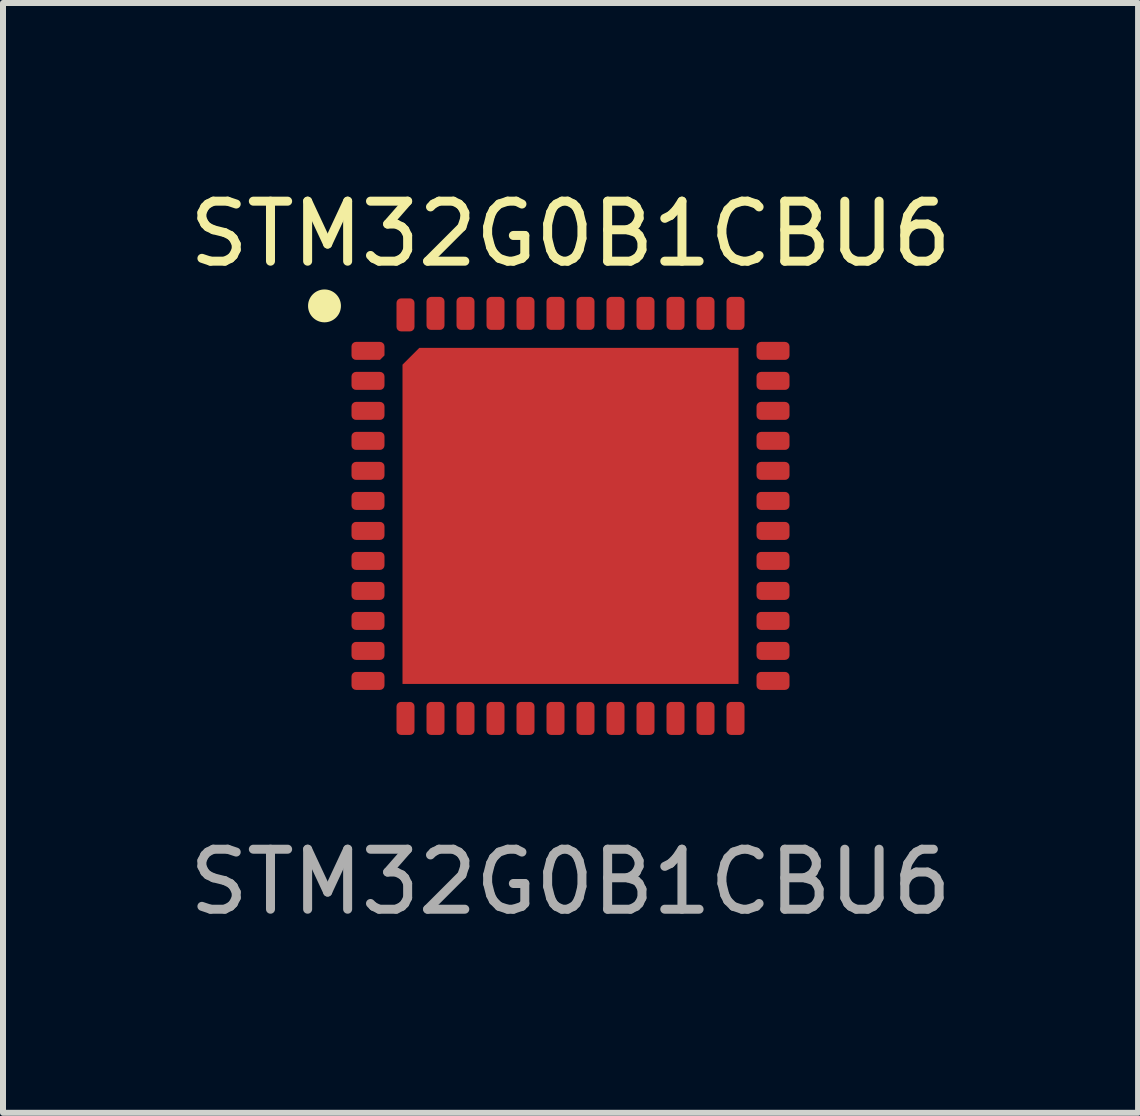
<source format=kicad_pcb>
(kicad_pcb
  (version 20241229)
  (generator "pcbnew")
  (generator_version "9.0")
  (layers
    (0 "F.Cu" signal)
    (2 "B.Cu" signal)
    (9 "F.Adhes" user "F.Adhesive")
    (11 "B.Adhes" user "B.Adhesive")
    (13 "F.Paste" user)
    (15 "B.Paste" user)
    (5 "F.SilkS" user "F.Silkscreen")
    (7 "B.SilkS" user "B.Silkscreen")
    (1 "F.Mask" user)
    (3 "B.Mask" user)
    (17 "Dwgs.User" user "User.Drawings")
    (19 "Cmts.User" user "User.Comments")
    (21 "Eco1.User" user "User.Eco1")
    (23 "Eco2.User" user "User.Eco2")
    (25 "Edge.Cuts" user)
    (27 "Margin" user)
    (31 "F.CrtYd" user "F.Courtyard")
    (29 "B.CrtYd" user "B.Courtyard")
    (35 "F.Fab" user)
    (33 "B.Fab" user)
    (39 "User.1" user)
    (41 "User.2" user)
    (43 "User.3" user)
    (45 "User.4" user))
  (footprint "STM32G0B1CBU6"
    (layer "F.Cu")
    (at 6.458 5.548)
    (property "Reference" "STM32G0B1CBU6" (at 0 -4.7 0) (unlocked yes) (layer "F.SilkS") (effects (font (size 1 1) (thickness 0.15))))
    (attr smd)
    (fp_circle (center -4.1 -3.5) (end -3.876 -3.5) (stroke (width 0.1) (type solid)) (fill yes) (layer "F.SilkS"))
    (fp_text user "${REFERENCE}" (at 0 6.1 0) (unlocked yes) (layer "F.Fab") (effects (font (size 1 1) (thickness 0.15))))
    (pad "1" smd roundrect (at -3.375 -2.75) (size 0.55 0.3) (layers "F.Cu" "F.Mask" "F.Paste") (roundrect_rratio 0.25) (chamfer_ratio 0.25) (chamfer bottom_right))
    (pad "2" smd roundrect (at -3.375 -2.25) (size 0.55 0.3) (layers "F.Cu" "F.Mask" "F.Paste") (roundrect_rratio 0.25))
    (pad "3" smd roundrect (at -3.375 -1.75) (size 0.55 0.3) (layers "F.Cu" "F.Mask" "F.Paste") (roundrect_rratio 0.25))
    (pad "4" smd roundrect (at -3.375 -1.25) (size 0.55 0.3) (layers "F.Cu" "F.Mask" "F.Paste") (roundrect_rratio 0.25))
    (pad "5" smd roundrect (at -3.375 -0.75) (size 0.55 0.3) (layers "F.Cu" "F.Mask" "F.Paste") (roundrect_rratio 0.25))
    (pad "6" smd roundrect (at -3.375 -0.25) (size 0.55 0.3) (layers "F.Cu" "F.Mask" "F.Paste") (roundrect_rratio 0.25))
    (pad "7" smd roundrect (at -3.375 0.25) (size 0.55 0.3) (layers "F.Cu" "F.Mask" "F.Paste") (roundrect_rratio 0.25))
    (pad "8" smd roundrect (at -3.375 0.75) (size 0.55 0.3) (layers "F.Cu" "F.Mask" "F.Paste") (roundrect_rratio 0.25))
    (pad "9" smd roundrect (at -3.375 1.25) (size 0.55 0.3) (layers "F.Cu" "F.Mask" "F.Paste") (roundrect_rratio 0.25))
    (pad "10" smd roundrect (at -3.375 1.75) (size 0.55 0.3) (layers "F.Cu" "F.Mask" "F.Paste") (roundrect_rratio 0.25))
    (pad "11" smd roundrect (at -3.375 2.25) (size 0.55 0.3) (layers "F.Cu" "F.Mask" "F.Paste") (roundrect_rratio 0.25))
    (pad "12" smd roundrect (at -3.375 2.75) (size 0.55 0.3) (layers "F.Cu" "F.Mask" "F.Paste") (roundrect_rratio 0.25))
    (pad "13" smd roundrect (at -2.75 3.375 90) (size 0.55 0.3) (layers "F.Cu" "F.Mask" "F.Paste") (roundrect_rratio 0.25))
    (pad "14" smd roundrect (at -2.25 3.375 90) (size 0.55 0.3) (layers "F.Cu" "F.Mask" "F.Paste") (roundrect_rratio 0.25))
    (pad "15" smd roundrect (at -1.75 3.375 90) (size 0.55 0.3) (layers "F.Cu" "F.Mask" "F.Paste") (roundrect_rratio 0.25))
    (pad "16" smd roundrect (at -1.25 3.375 90) (size 0.55 0.3) (layers "F.Cu" "F.Mask" "F.Paste") (roundrect_rratio 0.25))
    (pad "17" smd roundrect (at -0.75 3.375 90) (size 0.55 0.3) (layers "F.Cu" "F.Mask" "F.Paste") (roundrect_rratio 0.25))
    (pad "18" smd roundrect (at -0.25 3.375 90) (size 0.55 0.3) (layers "F.Cu" "F.Mask" "F.Paste") (roundrect_rratio 0.25))
    (pad "19" smd roundrect (at 0.25 3.375 90) (size 0.55 0.3) (layers "F.Cu" "F.Mask" "F.Paste") (roundrect_rratio 0.25))
    (pad "20" smd roundrect (at 0.75 3.375 90) (size 0.55 0.3) (layers "F.Cu" "F.Mask" "F.Paste") (roundrect_rratio 0.25))
    (pad "21" smd roundrect (at 1.25 3.375 90) (size 0.55 0.3) (layers "F.Cu" "F.Mask" "F.Paste") (roundrect_rratio 0.25))
    (pad "22" smd roundrect (at 1.75 3.375 90) (size 0.55 0.3) (layers "F.Cu" "F.Mask" "F.Paste") (roundrect_rratio 0.25))
    (pad "23" smd roundrect (at 2.25 3.375 90) (size 0.55 0.3) (layers "F.Cu" "F.Mask" "F.Paste") (roundrect_rratio 0.25))
    (pad "24" smd roundrect (at 2.75 3.375 90) (size 0.55 0.3) (layers "F.Cu" "F.Mask" "F.Paste") (roundrect_rratio 0.25))
    (pad "25" smd roundrect (at 3.375 2.75 180) (size 0.55 0.3) (layers "F.Cu" "F.Mask" "F.Paste") (roundrect_rratio 0.25))
    (pad "26" smd roundrect (at 3.375 2.25 180) (size 0.55 0.3) (layers "F.Cu" "F.Mask" "F.Paste") (roundrect_rratio 0.25))
    (pad "27" smd roundrect (at 3.375 1.75 180) (size 0.55 0.3) (layers "F.Cu" "F.Mask" "F.Paste") (roundrect_rratio 0.25))
    (pad "28" smd roundrect (at 3.375 1.25 180) (size 0.55 0.3) (layers "F.Cu" "F.Mask" "F.Paste") (roundrect_rratio 0.25))
    (pad "29" smd roundrect (at 3.375 0.75 180) (size 0.55 0.3) (layers "F.Cu" "F.Mask" "F.Paste") (roundrect_rratio 0.25))
    (pad "30" smd roundrect (at 3.375 0.25 180) (size 0.55 0.3) (layers "F.Cu" "F.Mask" "F.Paste") (roundrect_rratio 0.25))
    (pad "31" smd roundrect (at 3.375 -0.25 180) (size 0.55 0.3) (layers "F.Cu" "F.Mask" "F.Paste") (roundrect_rratio 0.25))
    (pad "32" smd roundrect (at 3.375 -0.75 180) (size 0.55 0.3) (layers "F.Cu" "F.Mask" "F.Paste") (roundrect_rratio 0.25))
    (pad "33" smd roundrect (at 3.375 -1.25 180) (size 0.55 0.3) (layers "F.Cu" "F.Mask" "F.Paste") (roundrect_rratio 0.25))
    (pad "34" smd roundrect (at 3.375 -1.75 180) (size 0.55 0.3) (layers "F.Cu" "F.Mask" "F.Paste") (roundrect_rratio 0.25))
    (pad "35" smd roundrect (at 3.375 -2.25 180) (size 0.55 0.3) (layers "F.Cu" "F.Mask" "F.Paste") (roundrect_rratio 0.25))
    (pad "36" smd roundrect (at 3.375 -2.75 180) (size 0.55 0.3) (layers "F.Cu" "F.Mask" "F.Paste") (roundrect_rratio 0.25))
    (pad "37" smd roundrect (at 2.75 -3.375 90) (size 0.55 0.3) (layers "F.Cu" "F.Mask" "F.Paste") (roundrect_rratio 0.25))
    (pad "38" smd roundrect (at 2.25 -3.375 90) (size 0.55 0.3) (layers "F.Cu" "F.Mask" "F.Paste") (roundrect_rratio 0.25))
    (pad "39" smd roundrect (at 1.75 -3.375 90) (size 0.55 0.3) (layers "F.Cu" "F.Mask" "F.Paste") (roundrect_rratio 0.25))
    (pad "40" smd roundrect (at 1.25 -3.375 90) (size 0.55 0.3) (layers "F.Cu" "F.Mask" "F.Paste") (roundrect_rratio 0.25))
    (pad "41" smd roundrect (at 0.75 -3.375 90) (size 0.55 0.3) (layers "F.Cu" "F.Mask" "F.Paste") (roundrect_rratio 0.25))
    (pad "42" smd roundrect (at 0.25 -3.375 90) (size 0.55 0.3) (layers "F.Cu" "F.Mask" "F.Paste") (roundrect_rratio 0.25))
    (pad "43" smd roundrect (at -0.25 -3.375 90) (size 0.55 0.3) (layers "F.Cu" "F.Mask" "F.Paste") (roundrect_rratio 0.25))
    (pad "44" smd roundrect (at -0.75 -3.375 90) (size 0.55 0.3) (layers "F.Cu" "F.Mask" "F.Paste") (roundrect_rratio 0.25))
    (pad "45" smd roundrect (at -1.25 -3.375 90) (size 0.55 0.3) (layers "F.Cu" "F.Mask" "F.Paste") (roundrect_rratio 0.25))
    (pad "46" smd roundrect (at -1.75 -3.375 90) (size 0.55 0.3) (layers "F.Cu" "F.Mask" "F.Paste") (roundrect_rratio 0.25))
    (pad "47" smd roundrect (at -2.25 -3.375 90) (size 0.55 0.3) (layers "F.Cu" "F.Mask" "F.Paste") (roundrect_rratio 0.25))
    (pad "48" smd roundrect (at -2.75 -3.35 90) (size 0.55 0.3) (layers "F.Cu" "F.Mask" "F.Paste") (roundrect_rratio 0.25))
    (pad "TP" smd roundrect (at 0 0) (size 5.6 5.6) (layers "F.Cu" "F.Mask" "F.Paste") (roundrect_rratio 0) (chamfer_ratio 0.05) (chamfer top_left)))
  (gr_rect
    (start -3 -3)
    (end 15.917 15.496)
    (stroke (width 0.1) (type default))
    (fill no)
    (layer "Edge.Cuts")))
</source>
